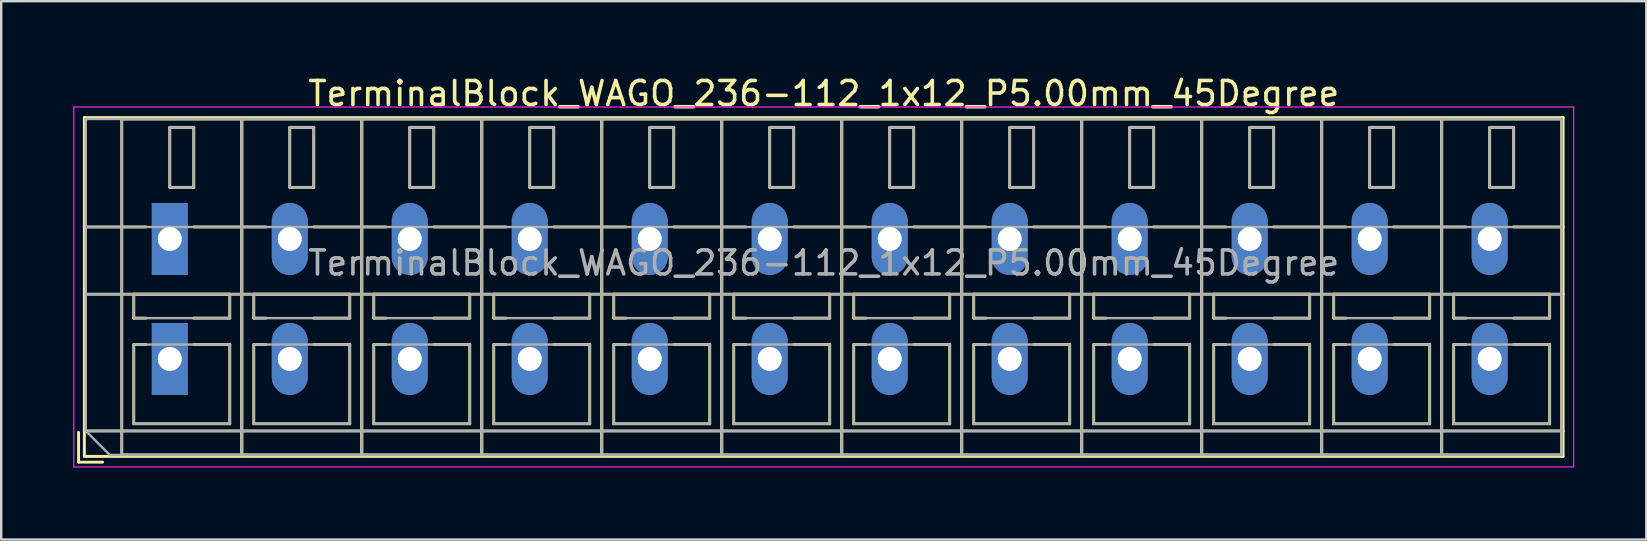
<source format=kicad_pcb>
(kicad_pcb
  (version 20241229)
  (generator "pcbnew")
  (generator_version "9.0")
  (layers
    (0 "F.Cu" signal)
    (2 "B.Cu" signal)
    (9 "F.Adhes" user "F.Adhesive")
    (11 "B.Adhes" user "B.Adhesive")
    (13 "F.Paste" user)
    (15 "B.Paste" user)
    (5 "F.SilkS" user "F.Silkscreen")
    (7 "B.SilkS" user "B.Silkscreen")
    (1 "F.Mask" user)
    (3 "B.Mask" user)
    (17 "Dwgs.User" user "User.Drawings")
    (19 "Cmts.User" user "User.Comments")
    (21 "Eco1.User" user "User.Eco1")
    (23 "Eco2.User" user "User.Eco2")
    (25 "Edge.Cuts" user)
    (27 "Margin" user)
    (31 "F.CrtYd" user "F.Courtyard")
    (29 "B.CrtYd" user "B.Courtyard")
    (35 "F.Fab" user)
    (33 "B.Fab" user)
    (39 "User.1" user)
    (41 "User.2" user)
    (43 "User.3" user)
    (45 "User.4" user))
  (footprint "TerminalBlock_WAGO_236-112_1x12_P5.00mm_45Degree"
    (layer "F.Cu")
    (at 4.025 11.908)
    (property "Reference" "TerminalBlock_WAGO_236-112_1x12_P5.00mm_45Degree" (at 27.25 -11.06 0) (layer "F.SilkS") (effects (font (size 1 1) (thickness 0.15))))
    (attr through_hole)
    (fp_line (start -3.8 3.06) (end -3.8 4.3) (stroke (width 0.12) (type solid)) (layer "F.SilkS"))
    (fp_line (start -3.8 4.3) (end -2.8 4.3) (stroke (width 0.12) (type solid)) (layer "F.SilkS"))
    (fp_line (start -3.56 -10.06) (end -3.56 4.06) (stroke (width 0.12) (type solid)) (layer "F.SilkS"))
    (fp_line (start -3.56 -10.06) (end 58.06 -10.06) (stroke (width 0.12) (type solid)) (layer "F.SilkS"))
    (fp_line (start -3.56 -5.5) (end -0.99 -5.5) (stroke (width 0.12) (type solid)) (layer "F.SilkS"))
    (fp_line (start -3.56 -2.7) (end 58.06 -2.7) (stroke (width 0.12) (type solid)) (layer "F.SilkS"))
    (fp_line (start -3.56 3) (end 58.06 3) (stroke (width 0.12) (type solid)) (layer "F.SilkS"))
    (fp_line (start -3.56 4.06) (end 58.06 4.06) (stroke (width 0.12) (type solid)) (layer "F.SilkS"))
    (fp_line (start -2 -10) (end -2 4) (stroke (width 0.12) (type solid)) (layer "F.SilkS"))
    (fp_line (start -2 -10) (end 3 -10) (stroke (width 0.12) (type solid)) (layer "F.SilkS"))
    (fp_line (start -2 4) (end 3 4) (stroke (width 0.12) (type solid)) (layer "F.SilkS"))
    (fp_line (start -1.5 -2.7) (end -1.5 -1.701) (stroke (width 0.12) (type solid)) (layer "F.SilkS"))
    (fp_line (start -1.5 -2.7) (end 2.5 -2.7) (stroke (width 0.12) (type solid)) (layer "F.SilkS"))
    (fp_line (start -1.5 -1.701) (end -0.99 -1.701) (stroke (width 0.12) (type solid)) (layer "F.SilkS"))
    (fp_line (start -1.5 -0.6) (end -1.5 2.7) (stroke (width 0.12) (type solid)) (layer "F.SilkS"))
    (fp_line (start -1.5 -0.6) (end -0.99 -0.6) (stroke (width 0.12) (type solid)) (layer "F.SilkS"))
    (fp_line (start -1.5 2.7) (end 2.5 2.7) (stroke (width 0.12) (type solid)) (layer "F.SilkS"))
    (fp_line (start 0 -9.65) (end 0 -7.15) (stroke (width 0.12) (type solid)) (layer "F.SilkS"))
    (fp_line (start 0 -9.65) (end 1 -9.65) (stroke (width 0.12) (type solid)) (layer "F.SilkS"))
    (fp_line (start 0 -7.15) (end 1 -7.15) (stroke (width 0.12) (type solid)) (layer "F.SilkS"))
    (fp_line (start 0.99 -5.5) (end 4.01 -5.5) (stroke (width 0.12) (type solid)) (layer "F.SilkS"))
    (fp_line (start 0.99 -1.701) (end 2.5 -1.701) (stroke (width 0.12) (type solid)) (layer "F.SilkS"))
    (fp_line (start 0.99 -0.6) (end 2.5 -0.6) (stroke (width 0.12) (type solid)) (layer "F.SilkS"))
    (fp_line (start 1 -9.65) (end 1 -7.15) (stroke (width 0.12) (type solid)) (layer "F.SilkS"))
    (fp_line (start 2.5 -2.7) (end 2.5 -1.701) (stroke (width 0.12) (type solid)) (layer "F.SilkS"))
    (fp_line (start 2.5 -0.6) (end 2.5 2.7) (stroke (width 0.12) (type solid)) (layer "F.SilkS"))
    (fp_line (start 3 -10) (end 3 4) (stroke (width 0.12) (type solid)) (layer "F.SilkS"))
    (fp_line (start 3 -10) (end 3 4) (stroke (width 0.12) (type solid)) (layer "F.SilkS"))
    (fp_line (start 3 -10) (end 8 -10) (stroke (width 0.12) (type solid)) (layer "F.SilkS"))
    (fp_line (start 3 4) (end 8 4) (stroke (width 0.12) (type solid)) (layer "F.SilkS"))
    (fp_line (start 3.5 -2.7) (end 3.5 -1.701) (stroke (width 0.12) (type solid)) (layer "F.SilkS"))
    (fp_line (start 3.5 -2.7) (end 7.5 -2.7) (stroke (width 0.12) (type solid)) (layer "F.SilkS"))
    (fp_line (start 3.5 -1.701) (end 4.01 -1.701) (stroke (width 0.12) (type solid)) (layer "F.SilkS"))
    (fp_line (start 3.5 -0.6) (end 3.5 2.7) (stroke (width 0.12) (type solid)) (layer "F.SilkS"))
    (fp_line (start 3.5 -0.6) (end 4.01 -0.6) (stroke (width 0.12) (type solid)) (layer "F.SilkS"))
    (fp_line (start 3.5 2.7) (end 7.5 2.7) (stroke (width 0.12) (type solid)) (layer "F.SilkS"))
    (fp_line (start 5 -9.65) (end 5 -7.15) (stroke (width 0.12) (type solid)) (layer "F.SilkS"))
    (fp_line (start 5 -9.65) (end 6 -9.65) (stroke (width 0.12) (type solid)) (layer "F.SilkS"))
    (fp_line (start 5 -7.15) (end 6 -7.15) (stroke (width 0.12) (type solid)) (layer "F.SilkS"))
    (fp_line (start 5.99 -5.5) (end 9.01 -5.5) (stroke (width 0.12) (type solid)) (layer "F.SilkS"))
    (fp_line (start 5.99 -1.701) (end 7.5 -1.701) (stroke (width 0.12) (type solid)) (layer "F.SilkS"))
    (fp_line (start 5.99 -0.6) (end 7.5 -0.6) (stroke (width 0.12) (type solid)) (layer "F.SilkS"))
    (fp_line (start 6 -9.65) (end 6 -7.15) (stroke (width 0.12) (type solid)) (layer "F.SilkS"))
    (fp_line (start 7.5 -2.7) (end 7.5 -1.701) (stroke (width 0.12) (type solid)) (layer "F.SilkS"))
    (fp_line (start 7.5 -0.6) (end 7.5 2.7) (stroke (width 0.12) (type solid)) (layer "F.SilkS"))
    (fp_line (start 8 -10) (end 8 4) (stroke (width 0.12) (type solid)) (layer "F.SilkS"))
    (fp_line (start 8 -10) (end 8 4) (stroke (width 0.12) (type solid)) (layer "F.SilkS"))
    (fp_line (start 8 -10) (end 13 -10) (stroke (width 0.12) (type solid)) (layer "F.SilkS"))
    (fp_line (start 8 4) (end 13 4) (stroke (width 0.12) (type solid)) (layer "F.SilkS"))
    (fp_line (start 8.5 -2.7) (end 8.5 -1.701) (stroke (width 0.12) (type solid)) (layer "F.SilkS"))
    (fp_line (start 8.5 -2.7) (end 12.5 -2.7) (stroke (width 0.12) (type solid)) (layer "F.SilkS"))
    (fp_line (start 8.5 -1.701) (end 9.01 -1.701) (stroke (width 0.12) (type solid)) (layer "F.SilkS"))
    (fp_line (start 8.5 -0.6) (end 8.5 2.7) (stroke (width 0.12) (type solid)) (layer "F.SilkS"))
    (fp_line (start 8.5 -0.6) (end 9.01 -0.6) (stroke (width 0.12) (type solid)) (layer "F.SilkS"))
    (fp_line (start 8.5 2.7) (end 12.5 2.7) (stroke (width 0.12) (type solid)) (layer "F.SilkS"))
    (fp_line (start 10 -9.65) (end 10 -7.15) (stroke (width 0.12) (type solid)) (layer "F.SilkS"))
    (fp_line (start 10 -9.65) (end 11 -9.65) (stroke (width 0.12) (type solid)) (layer "F.SilkS"))
    (fp_line (start 10 -7.15) (end 11 -7.15) (stroke (width 0.12) (type solid)) (layer "F.SilkS"))
    (fp_line (start 10.99 -5.5) (end 14.01 -5.5) (stroke (width 0.12) (type solid)) (layer "F.SilkS"))
    (fp_line (start 10.99 -1.701) (end 12.5 -1.701) (stroke (width 0.12) (type solid)) (layer "F.SilkS"))
    (fp_line (start 10.99 -0.6) (end 12.5 -0.6) (stroke (width 0.12) (type solid)) (layer "F.SilkS"))
    (fp_line (start 11 -9.65) (end 11 -7.15) (stroke (width 0.12) (type solid)) (layer "F.SilkS"))
    (fp_line (start 12.5 -2.7) (end 12.5 -1.701) (stroke (width 0.12) (type solid)) (layer "F.SilkS"))
    (fp_line (start 12.5 -0.6) (end 12.5 2.7) (stroke (width 0.12) (type solid)) (layer "F.SilkS"))
    (fp_line (start 13 -10) (end 13 4) (stroke (width 0.12) (type solid)) (layer "F.SilkS"))
    (fp_line (start 13 -10) (end 13 4) (stroke (width 0.12) (type solid)) (layer "F.SilkS"))
    (fp_line (start 13 -10) (end 18 -10) (stroke (width 0.12) (type solid)) (layer "F.SilkS"))
    (fp_line (start 13 4) (end 18 4) (stroke (width 0.12) (type solid)) (layer "F.SilkS"))
    (fp_line (start 13.5 -2.7) (end 13.5 -1.701) (stroke (width 0.12) (type solid)) (layer "F.SilkS"))
    (fp_line (start 13.5 -2.7) (end 17.5 -2.7) (stroke (width 0.12) (type solid)) (layer "F.SilkS"))
    (fp_line (start 13.5 -1.701) (end 14.01 -1.701) (stroke (width 0.12) (type solid)) (layer "F.SilkS"))
    (fp_line (start 13.5 -0.6) (end 13.5 2.7) (stroke (width 0.12) (type solid)) (layer "F.SilkS"))
    (fp_line (start 13.5 -0.6) (end 14.01 -0.6) (stroke (width 0.12) (type solid)) (layer "F.SilkS"))
    (fp_line (start 13.5 2.7) (end 17.5 2.7) (stroke (width 0.12) (type solid)) (layer "F.SilkS"))
    (fp_line (start 15 -9.65) (end 15 -7.15) (stroke (width 0.12) (type solid)) (layer "F.SilkS"))
    (fp_line (start 15 -9.65) (end 16 -9.65) (stroke (width 0.12) (type solid)) (layer "F.SilkS"))
    (fp_line (start 15 -7.15) (end 16 -7.15) (stroke (width 0.12) (type solid)) (layer "F.SilkS"))
    (fp_line (start 15.99 -5.5) (end 19.01 -5.5) (stroke (width 0.12) (type solid)) (layer "F.SilkS"))
    (fp_line (start 15.99 -1.701) (end 17.5 -1.701) (stroke (width 0.12) (type solid)) (layer "F.SilkS"))
    (fp_line (start 15.99 -0.6) (end 17.5 -0.6) (stroke (width 0.12) (type solid)) (layer "F.SilkS"))
    (fp_line (start 16 -9.65) (end 16 -7.15) (stroke (width 0.12) (type solid)) (layer "F.SilkS"))
    (fp_line (start 17.5 -2.7) (end 17.5 -1.701) (stroke (width 0.12) (type solid)) (layer "F.SilkS"))
    (fp_line (start 17.5 -0.6) (end 17.5 2.7) (stroke (width 0.12) (type solid)) (layer "F.SilkS"))
    (fp_line (start 18 -10) (end 18 4) (stroke (width 0.12) (type solid)) (layer "F.SilkS"))
    (fp_line (start 18 -10) (end 18 4) (stroke (width 0.12) (type solid)) (layer "F.SilkS"))
    (fp_line (start 18 -10) (end 23 -10) (stroke (width 0.12) (type solid)) (layer "F.SilkS"))
    (fp_line (start 18 4) (end 23 4) (stroke (width 0.12) (type solid)) (layer "F.SilkS"))
    (fp_line (start 18.5 -2.7) (end 18.5 -1.701) (stroke (width 0.12) (type solid)) (layer "F.SilkS"))
    (fp_line (start 18.5 -2.7) (end 22.5 -2.7) (stroke (width 0.12) (type solid)) (layer "F.SilkS"))
    (fp_line (start 18.5 -1.701) (end 19.01 -1.701) (stroke (width 0.12) (type solid)) (layer "F.SilkS"))
    (fp_line (start 18.5 -0.6) (end 18.5 2.7) (stroke (width 0.12) (type solid)) (layer "F.SilkS"))
    (fp_line (start 18.5 -0.6) (end 19.01 -0.6) (stroke (width 0.12) (type solid)) (layer "F.SilkS"))
    (fp_line (start 18.5 2.7) (end 22.5 2.7) (stroke (width 0.12) (type solid)) (layer "F.SilkS"))
    (fp_line (start 20 -9.65) (end 20 -7.15) (stroke (width 0.12) (type solid)) (layer "F.SilkS"))
    (fp_line (start 20 -9.65) (end 21 -9.65) (stroke (width 0.12) (type solid)) (layer "F.SilkS"))
    (fp_line (start 20 -7.15) (end 21 -7.15) (stroke (width 0.12) (type solid)) (layer "F.SilkS"))
    (fp_line (start 20.99 -5.5) (end 24.01 -5.5) (stroke (width 0.12) (type solid)) (layer "F.SilkS"))
    (fp_line (start 20.99 -1.701) (end 22.5 -1.701) (stroke (width 0.12) (type solid)) (layer "F.SilkS"))
    (fp_line (start 20.99 -0.6) (end 22.5 -0.6) (stroke (width 0.12) (type solid)) (layer "F.SilkS"))
    (fp_line (start 21 -9.65) (end 21 -7.15) (stroke (width 0.12) (type solid)) (layer "F.SilkS"))
    (fp_line (start 22.5 -2.7) (end 22.5 -1.701) (stroke (width 0.12) (type solid)) (layer "F.SilkS"))
    (fp_line (start 22.5 -0.6) (end 22.5 2.7) (stroke (width 0.12) (type solid)) (layer "F.SilkS"))
    (fp_line (start 23 -10) (end 23 4) (stroke (width 0.12) (type solid)) (layer "F.SilkS"))
    (fp_line (start 23 -10) (end 23 4) (stroke (width 0.12) (type solid)) (layer "F.SilkS"))
    (fp_line (start 23 -10) (end 28 -10) (stroke (width 0.12) (type solid)) (layer "F.SilkS"))
    (fp_line (start 23 4) (end 28 4) (stroke (width 0.12) (type solid)) (layer "F.SilkS"))
    (fp_line (start 23.5 -2.7) (end 23.5 -1.701) (stroke (width 0.12) (type solid)) (layer "F.SilkS"))
    (fp_line (start 23.5 -2.7) (end 27.5 -2.7) (stroke (width 0.12) (type solid)) (layer "F.SilkS"))
    (fp_line (start 23.5 -1.701) (end 24.01 -1.701) (stroke (width 0.12) (type solid)) (layer "F.SilkS"))
    (fp_line (start 23.5 -0.6) (end 23.5 2.7) (stroke (width 0.12) (type solid)) (layer "F.SilkS"))
    (fp_line (start 23.5 -0.6) (end 24.01 -0.6) (stroke (width 0.12) (type solid)) (layer "F.SilkS"))
    (fp_line (start 23.5 2.7) (end 27.5 2.7) (stroke (width 0.12) (type solid)) (layer "F.SilkS"))
    (fp_line (start 25 -9.65) (end 25 -7.15) (stroke (width 0.12) (type solid)) (layer "F.SilkS"))
    (fp_line (start 25 -9.65) (end 26 -9.65) (stroke (width 0.12) (type solid)) (layer "F.SilkS"))
    (fp_line (start 25 -7.15) (end 26 -7.15) (stroke (width 0.12) (type solid)) (layer "F.SilkS"))
    (fp_line (start 25.99 -5.5) (end 29.01 -5.5) (stroke (width 0.12) (type solid)) (layer "F.SilkS"))
    (fp_line (start 25.99 -1.701) (end 27.5 -1.701) (stroke (width 0.12) (type solid)) (layer "F.SilkS"))
    (fp_line (start 25.99 -0.6) (end 27.5 -0.6) (stroke (width 0.12) (type solid)) (layer "F.SilkS"))
    (fp_line (start 26 -9.65) (end 26 -7.15) (stroke (width 0.12) (type solid)) (layer "F.SilkS"))
    (fp_line (start 27.5 -2.7) (end 27.5 -1.701) (stroke (width 0.12) (type solid)) (layer "F.SilkS"))
    (fp_line (start 27.5 -0.6) (end 27.5 2.7) (stroke (width 0.12) (type solid)) (layer "F.SilkS"))
    (fp_line (start 28 -10) (end 28 4) (stroke (width 0.12) (type solid)) (layer "F.SilkS"))
    (fp_line (start 28 -10) (end 28 4) (stroke (width 0.12) (type solid)) (layer "F.SilkS"))
    (fp_line (start 28 -10) (end 33 -10) (stroke (width 0.12) (type solid)) (layer "F.SilkS"))
    (fp_line (start 28 4) (end 33 4) (stroke (width 0.12) (type solid)) (layer "F.SilkS"))
    (fp_line (start 28.5 -2.7) (end 28.5 -1.701) (stroke (width 0.12) (type solid)) (layer "F.SilkS"))
    (fp_line (start 28.5 -2.7) (end 32.5 -2.7) (stroke (width 0.12) (type solid)) (layer "F.SilkS"))
    (fp_line (start 28.5 -1.701) (end 29.01 -1.701) (stroke (width 0.12) (type solid)) (layer "F.SilkS"))
    (fp_line (start 28.5 -0.6) (end 28.5 2.7) (stroke (width 0.12) (type solid)) (layer "F.SilkS"))
    (fp_line (start 28.5 -0.6) (end 29.01 -0.6) (stroke (width 0.12) (type solid)) (layer "F.SilkS"))
    (fp_line (start 28.5 2.7) (end 32.5 2.7) (stroke (width 0.12) (type solid)) (layer "F.SilkS"))
    (fp_line (start 30 -9.65) (end 30 -7.15) (stroke (width 0.12) (type solid)) (layer "F.SilkS"))
    (fp_line (start 30 -9.65) (end 31 -9.65) (stroke (width 0.12) (type solid)) (layer "F.SilkS"))
    (fp_line (start 30 -7.15) (end 31 -7.15) (stroke (width 0.12) (type solid)) (layer "F.SilkS"))
    (fp_line (start 30.99 -5.5) (end 34.01 -5.5) (stroke (width 0.12) (type solid)) (layer "F.SilkS"))
    (fp_line (start 30.99 -1.701) (end 32.5 -1.701) (stroke (width 0.12) (type solid)) (layer "F.SilkS"))
    (fp_line (start 30.99 -0.6) (end 32.5 -0.6) (stroke (width 0.12) (type solid)) (layer "F.SilkS"))
    (fp_line (start 31 -9.65) (end 31 -7.15) (stroke (width 0.12) (type solid)) (layer "F.SilkS"))
    (fp_line (start 32.5 -2.7) (end 32.5 -1.701) (stroke (width 0.12) (type solid)) (layer "F.SilkS"))
    (fp_line (start 32.5 -0.6) (end 32.5 2.7) (stroke (width 0.12) (type solid)) (layer "F.SilkS"))
    (fp_line (start 33 -10) (end 33 4) (stroke (width 0.12) (type solid)) (layer "F.SilkS"))
    (fp_line (start 33 -10) (end 33 4) (stroke (width 0.12) (type solid)) (layer "F.SilkS"))
    (fp_line (start 33 -10) (end 38 -10) (stroke (width 0.12) (type solid)) (layer "F.SilkS"))
    (fp_line (start 33 4) (end 38 4) (stroke (width 0.12) (type solid)) (layer "F.SilkS"))
    (fp_line (start 33.5 -2.7) (end 33.5 -1.701) (stroke (width 0.12) (type solid)) (layer "F.SilkS"))
    (fp_line (start 33.5 -2.7) (end 37.5 -2.7) (stroke (width 0.12) (type solid)) (layer "F.SilkS"))
    (fp_line (start 33.5 -1.701) (end 34.01 -1.701) (stroke (width 0.12) (type solid)) (layer "F.SilkS"))
    (fp_line (start 33.5 -0.6) (end 33.5 2.7) (stroke (width 0.12) (type solid)) (layer "F.SilkS"))
    (fp_line (start 33.5 -0.6) (end 34.01 -0.6) (stroke (width 0.12) (type solid)) (layer "F.SilkS"))
    (fp_line (start 33.5 2.7) (end 37.5 2.7) (stroke (width 0.12) (type solid)) (layer "F.SilkS"))
    (fp_line (start 35 -9.65) (end 35 -7.15) (stroke (width 0.12) (type solid)) (layer "F.SilkS"))
    (fp_line (start 35 -9.65) (end 36 -9.65) (stroke (width 0.12) (type solid)) (layer "F.SilkS"))
    (fp_line (start 35 -7.15) (end 36 -7.15) (stroke (width 0.12) (type solid)) (layer "F.SilkS"))
    (fp_line (start 35.99 -5.5) (end 39.01 -5.5) (stroke (width 0.12) (type solid)) (layer "F.SilkS"))
    (fp_line (start 35.99 -1.701) (end 37.5 -1.701) (stroke (width 0.12) (type solid)) (layer "F.SilkS"))
    (fp_line (start 35.99 -0.6) (end 37.5 -0.6) (stroke (width 0.12) (type solid)) (layer "F.SilkS"))
    (fp_line (start 36 -9.65) (end 36 -7.15) (stroke (width 0.12) (type solid)) (layer "F.SilkS"))
    (fp_line (start 37.5 -2.7) (end 37.5 -1.701) (stroke (width 0.12) (type solid)) (layer "F.SilkS"))
    (fp_line (start 37.5 -0.6) (end 37.5 2.7) (stroke (width 0.12) (type solid)) (layer "F.SilkS"))
    (fp_line (start 38 -10) (end 38 4) (stroke (width 0.12) (type solid)) (layer "F.SilkS"))
    (fp_line (start 38 -10) (end 38 4) (stroke (width 0.12) (type solid)) (layer "F.SilkS"))
    (fp_line (start 38 -10) (end 43 -10) (stroke (width 0.12) (type solid)) (layer "F.SilkS"))
    (fp_line (start 38 4) (end 43 4) (stroke (width 0.12) (type solid)) (layer "F.SilkS"))
    (fp_line (start 38.5 -2.7) (end 38.5 -1.701) (stroke (width 0.12) (type solid)) (layer "F.SilkS"))
    (fp_line (start 38.5 -2.7) (end 42.5 -2.7) (stroke (width 0.12) (type solid)) (layer "F.SilkS"))
    (fp_line (start 38.5 -1.701) (end 39.01 -1.701) (stroke (width 0.12) (type solid)) (layer "F.SilkS"))
    (fp_line (start 38.5 -0.6) (end 38.5 2.7) (stroke (width 0.12) (type solid)) (layer "F.SilkS"))
    (fp_line (start 38.5 -0.6) (end 39.01 -0.6) (stroke (width 0.12) (type solid)) (layer "F.SilkS"))
    (fp_line (start 38.5 2.7) (end 42.5 2.7) (stroke (width 0.12) (type solid)) (layer "F.SilkS"))
    (fp_line (start 40 -9.65) (end 40 -7.15) (stroke (width 0.12) (type solid)) (layer "F.SilkS"))
    (fp_line (start 40 -9.65) (end 41 -9.65) (stroke (width 0.12) (type solid)) (layer "F.SilkS"))
    (fp_line (start 40 -7.15) (end 41 -7.15) (stroke (width 0.12) (type solid)) (layer "F.SilkS"))
    (fp_line (start 40.99 -5.5) (end 44.01 -5.5) (stroke (width 0.12) (type solid)) (layer "F.SilkS"))
    (fp_line (start 40.99 -1.701) (end 42.5 -1.701) (stroke (width 0.12) (type solid)) (layer "F.SilkS"))
    (fp_line (start 40.99 -0.6) (end 42.5 -0.6) (stroke (width 0.12) (type solid)) (layer "F.SilkS"))
    (fp_line (start 41 -9.65) (end 41 -7.15) (stroke (width 0.12) (type solid)) (layer "F.SilkS"))
    (fp_line (start 42.5 -2.7) (end 42.5 -1.701) (stroke (width 0.12) (type solid)) (layer "F.SilkS"))
    (fp_line (start 42.5 -0.6) (end 42.5 2.7) (stroke (width 0.12) (type solid)) (layer "F.SilkS"))
    (fp_line (start 43 -10) (end 43 4) (stroke (width 0.12) (type solid)) (layer "F.SilkS"))
    (fp_line (start 43 -10) (end 43 4) (stroke (width 0.12) (type solid)) (layer "F.SilkS"))
    (fp_line (start 43 -10) (end 48 -10) (stroke (width 0.12) (type solid)) (layer "F.SilkS"))
    (fp_line (start 43 4) (end 48 4) (stroke (width 0.12) (type solid)) (layer "F.SilkS"))
    (fp_line (start 43.5 -2.7) (end 43.5 -1.701) (stroke (width 0.12) (type solid)) (layer "F.SilkS"))
    (fp_line (start 43.5 -2.7) (end 47.5 -2.7) (stroke (width 0.12) (type solid)) (layer "F.SilkS"))
    (fp_line (start 43.5 -1.701) (end 44.01 -1.701) (stroke (width 0.12) (type solid)) (layer "F.SilkS"))
    (fp_line (start 43.5 -0.6) (end 43.5 2.7) (stroke (width 0.12) (type solid)) (layer "F.SilkS"))
    (fp_line (start 43.5 -0.6) (end 44.01 -0.6) (stroke (width 0.12) (type solid)) (layer "F.SilkS"))
    (fp_line (start 43.5 2.7) (end 47.5 2.7) (stroke (width 0.12) (type solid)) (layer "F.SilkS"))
    (fp_line (start 45 -9.65) (end 45 -7.15) (stroke (width 0.12) (type solid)) (layer "F.SilkS"))
    (fp_line (start 45 -9.65) (end 46 -9.65) (stroke (width 0.12) (type solid)) (layer "F.SilkS"))
    (fp_line (start 45 -7.15) (end 46 -7.15) (stroke (width 0.12) (type solid)) (layer "F.SilkS"))
    (fp_line (start 45.99 -5.5) (end 49.01 -5.5) (stroke (width 0.12) (type solid)) (layer "F.SilkS"))
    (fp_line (start 45.99 -1.701) (end 47.5 -1.701) (stroke (width 0.12) (type solid)) (layer "F.SilkS"))
    (fp_line (start 45.99 -0.6) (end 47.5 -0.6) (stroke (width 0.12) (type solid)) (layer "F.SilkS"))
    (fp_line (start 46 -9.65) (end 46 -7.15) (stroke (width 0.12) (type solid)) (layer "F.SilkS"))
    (fp_line (start 47.5 -2.7) (end 47.5 -1.701) (stroke (width 0.12) (type solid)) (layer "F.SilkS"))
    (fp_line (start 47.5 -0.6) (end 47.5 2.7) (stroke (width 0.12) (type solid)) (layer "F.SilkS"))
    (fp_line (start 48 -10) (end 48 4) (stroke (width 0.12) (type solid)) (layer "F.SilkS"))
    (fp_line (start 48 -10) (end 48 4) (stroke (width 0.12) (type solid)) (layer "F.SilkS"))
    (fp_line (start 48 -10) (end 53 -10) (stroke (width 0.12) (type solid)) (layer "F.SilkS"))
    (fp_line (start 48 4) (end 53 4) (stroke (width 0.12) (type solid)) (layer "F.SilkS"))
    (fp_line (start 48.5 -2.7) (end 48.5 -1.701) (stroke (width 0.12) (type solid)) (layer "F.SilkS"))
    (fp_line (start 48.5 -2.7) (end 52.5 -2.7) (stroke (width 0.12) (type solid)) (layer "F.SilkS"))
    (fp_line (start 48.5 -1.701) (end 49.01 -1.701) (stroke (width 0.12) (type solid)) (layer "F.SilkS"))
    (fp_line (start 48.5 -0.6) (end 48.5 2.7) (stroke (width 0.12) (type solid)) (layer "F.SilkS"))
    (fp_line (start 48.5 -0.6) (end 49.01 -0.6) (stroke (width 0.12) (type solid)) (layer "F.SilkS"))
    (fp_line (start 48.5 2.7) (end 52.5 2.7) (stroke (width 0.12) (type solid)) (layer "F.SilkS"))
    (fp_line (start 50 -9.65) (end 50 -7.15) (stroke (width 0.12) (type solid)) (layer "F.SilkS"))
    (fp_line (start 50 -9.65) (end 51 -9.65) (stroke (width 0.12) (type solid)) (layer "F.SilkS"))
    (fp_line (start 50 -7.15) (end 51 -7.15) (stroke (width 0.12) (type solid)) (layer "F.SilkS"))
    (fp_line (start 50.99 -5.5) (end 54.01 -5.5) (stroke (width 0.12) (type solid)) (layer "F.SilkS"))
    (fp_line (start 50.99 -1.701) (end 52.5 -1.701) (stroke (width 0.12) (type solid)) (layer "F.SilkS"))
    (fp_line (start 50.99 -0.6) (end 52.5 -0.6) (stroke (width 0.12) (type solid)) (layer "F.SilkS"))
    (fp_line (start 51 -9.65) (end 51 -7.15) (stroke (width 0.12) (type solid)) (layer "F.SilkS"))
    (fp_line (start 52.5 -2.7) (end 52.5 -1.701) (stroke (width 0.12) (type solid)) (layer "F.SilkS"))
    (fp_line (start 52.5 -0.6) (end 52.5 2.7) (stroke (width 0.12) (type solid)) (layer "F.SilkS"))
    (fp_line (start 53 -10) (end 53 4) (stroke (width 0.12) (type solid)) (layer "F.SilkS"))
    (fp_line (start 53 -10) (end 53 4) (stroke (width 0.12) (type solid)) (layer "F.SilkS"))
    (fp_line (start 53 -10) (end 58 -10) (stroke (width 0.12) (type solid)) (layer "F.SilkS"))
    (fp_line (start 53 4) (end 58 4) (stroke (width 0.12) (type solid)) (layer "F.SilkS"))
    (fp_line (start 53.5 -2.7) (end 53.5 -1.701) (stroke (width 0.12) (type solid)) (layer "F.SilkS"))
    (fp_line (start 53.5 -2.7) (end 57.5 -2.7) (stroke (width 0.12) (type solid)) (layer "F.SilkS"))
    (fp_line (start 53.5 -1.701) (end 54.01 -1.701) (stroke (width 0.12) (type solid)) (layer "F.SilkS"))
    (fp_line (start 53.5 -0.6) (end 53.5 2.7) (stroke (width 0.12) (type solid)) (layer "F.SilkS"))
    (fp_line (start 53.5 -0.6) (end 54.01 -0.6) (stroke (width 0.12) (type solid)) (layer "F.SilkS"))
    (fp_line (start 53.5 2.7) (end 57.5 2.7) (stroke (width 0.12) (type solid)) (layer "F.SilkS"))
    (fp_line (start 55 -9.65) (end 55 -7.15) (stroke (width 0.12) (type solid)) (layer "F.SilkS"))
    (fp_line (start 55 -9.65) (end 56 -9.65) (stroke (width 0.12) (type solid)) (layer "F.SilkS"))
    (fp_line (start 55 -7.15) (end 56 -7.15) (stroke (width 0.12) (type solid)) (layer "F.SilkS"))
    (fp_line (start 55.99 -5.5) (end 58.06 -5.5) (stroke (width 0.12) (type solid)) (layer "F.SilkS"))
    (fp_line (start 55.99 -1.701) (end 57.5 -1.701) (stroke (width 0.12) (type solid)) (layer "F.SilkS"))
    (fp_line (start 55.99 -0.6) (end 57.5 -0.6) (stroke (width 0.12) (type solid)) (layer "F.SilkS"))
    (fp_line (start 56 -9.65) (end 56 -7.15) (stroke (width 0.12) (type solid)) (layer "F.SilkS"))
    (fp_line (start 57.5 -2.7) (end 57.5 -1.701) (stroke (width 0.12) (type solid)) (layer "F.SilkS"))
    (fp_line (start 57.5 -0.6) (end 57.5 2.7) (stroke (width 0.12) (type solid)) (layer "F.SilkS"))
    (fp_line (start 58 -10) (end 58 4) (stroke (width 0.12) (type solid)) (layer "F.SilkS"))
    (fp_line (start 58.06 -10.06) (end 58.06 4.06) (stroke (width 0.12) (type solid)) (layer "F.SilkS"))
    (fp_line (start -4 -10.5) (end -4 4.5) (stroke (width 0.05) (type solid)) (layer "F.CrtYd"))
    (fp_line (start -4 4.5) (end 58.5 4.5) (stroke (width 0.05) (type solid)) (layer "F.CrtYd"))
    (fp_line (start 58.5 -10.5) (end -4 -10.5) (stroke (width 0.05) (type solid)) (layer "F.CrtYd"))
    (fp_line (start 58.5 4.5) (end 58.5 -10.5) (stroke (width 0.05) (type solid)) (layer "F.CrtYd"))
    (fp_line (start -3.5 -10) (end 58 -10) (stroke (width 0.1) (type solid)) (layer "F.Fab"))
    (fp_line (start -3.5 -5.5) (end 58 -5.5) (stroke (width 0.1) (type solid)) (layer "F.Fab"))
    (fp_line (start -3.5 -2.7) (end 58 -2.7) (stroke (width 0.1) (type solid)) (layer "F.Fab"))
    (fp_line (start -3.5 3) (end -3.5 -10) (stroke (width 0.1) (type solid)) (layer "F.Fab"))
    (fp_line (start -3.5 3) (end 58 3) (stroke (width 0.1) (type solid)) (layer "F.Fab"))
    (fp_line (start -2.5 4) (end -3.5 3) (stroke (width 0.1) (type solid)) (layer "F.Fab"))
    (fp_line (start -2 -10) (end -2 4) (stroke (width 0.1) (type solid)) (layer "F.Fab"))
    (fp_line (start -2 4) (end 3 4) (stroke (width 0.1) (type solid)) (layer "F.Fab"))
    (fp_line (start -1.5 -2.7) (end -1.5 -1.7) (stroke (width 0.1) (type solid)) (layer "F.Fab"))
    (fp_line (start -1.5 -1.7) (end 2.5 -1.7) (stroke (width 0.1) (type solid)) (layer "F.Fab"))
    (fp_line (start -1.5 -0.6) (end -1.5 2.7) (stroke (width 0.1) (type solid)) (layer "F.Fab"))
    (fp_line (start -1.5 2.7) (end 2.5 2.7) (stroke (width 0.1) (type solid)) (layer "F.Fab"))
    (fp_line (start 0 -9.65) (end 0 -7.15) (stroke (width 0.1) (type solid)) (layer "F.Fab"))
    (fp_line (start 0 -7.15) (end 1 -7.15) (stroke (width 0.1) (type solid)) (layer "F.Fab"))
    (fp_line (start 1 -9.65) (end 0 -9.65) (stroke (width 0.1) (type solid)) (layer "F.Fab"))
    (fp_line (start 1 -7.15) (end 1 -9.65) (stroke (width 0.1) (type solid)) (layer "F.Fab"))
    (fp_line (start 2.5 -2.7) (end -1.5 -2.7) (stroke (width 0.1) (type solid)) (layer "F.Fab"))
    (fp_line (start 2.5 -1.7) (end 2.5 -2.7) (stroke (width 0.1) (type solid)) (layer "F.Fab"))
    (fp_line (start 2.5 -0.6) (end -1.5 -0.6) (stroke (width 0.1) (type solid)) (layer "F.Fab"))
    (fp_line (start 2.5 2.7) (end 2.5 -0.6) (stroke (width 0.1) (type solid)) (layer "F.Fab"))
    (fp_line (start 3 -10) (end -2 -10) (stroke (width 0.1) (type solid)) (layer "F.Fab"))
    (fp_line (start 3 -10) (end 3 4) (stroke (width 0.1) (type solid)) (layer "F.Fab"))
    (fp_line (start 3 4) (end 3 -10) (stroke (width 0.1) (type solid)) (layer "F.Fab"))
    (fp_line (start 3 4) (end 8 4) (stroke (width 0.1) (type solid)) (layer "F.Fab"))
    (fp_line (start 3.5 -2.7) (end 3.5 -1.7) (stroke (width 0.1) (type solid)) (layer "F.Fab"))
    (fp_line (start 3.5 -1.7) (end 7.5 -1.7) (stroke (width 0.1) (type solid)) (layer "F.Fab"))
    (fp_line (start 3.5 -0.6) (end 3.5 2.7) (stroke (width 0.1) (type solid)) (layer "F.Fab"))
    (fp_line (start 3.5 2.7) (end 7.5 2.7) (stroke (width 0.1) (type solid)) (layer "F.Fab"))
    (fp_line (start 5 -9.65) (end 5 -7.15) (stroke (width 0.1) (type solid)) (layer "F.Fab"))
    (fp_line (start 5 -7.15) (end 6 -7.15) (stroke (width 0.1) (type solid)) (layer "F.Fab"))
    (fp_line (start 6 -9.65) (end 5 -9.65) (stroke (width 0.1) (type solid)) (layer "F.Fab"))
    (fp_line (start 6 -7.15) (end 6 -9.65) (stroke (width 0.1) (type solid)) (layer "F.Fab"))
    (fp_line (start 7.5 -2.7) (end 3.5 -2.7) (stroke (width 0.1) (type solid)) (layer "F.Fab"))
    (fp_line (start 7.5 -1.7) (end 7.5 -2.7) (stroke (width 0.1) (type solid)) (layer "F.Fab"))
    (fp_line (start 7.5 -0.6) (end 3.5 -0.6) (stroke (width 0.1) (type solid)) (layer "F.Fab"))
    (fp_line (start 7.5 2.7) (end 7.5 -0.6) (stroke (width 0.1) (type solid)) (layer "F.Fab"))
    (fp_line (start 8 -10) (end 3 -10) (stroke (width 0.1) (type solid)) (layer "F.Fab"))
    (fp_line (start 8 -10) (end 8 4) (stroke (width 0.1) (type solid)) (layer "F.Fab"))
    (fp_line (start 8 4) (end 8 -10) (stroke (width 0.1) (type solid)) (layer "F.Fab"))
    (fp_line (start 8 4) (end 13 4) (stroke (width 0.1) (type solid)) (layer "F.Fab"))
    (fp_line (start 8.5 -2.7) (end 8.5 -1.7) (stroke (width 0.1) (type solid)) (layer "F.Fab"))
    (fp_line (start 8.5 -1.7) (end 12.5 -1.7) (stroke (width 0.1) (type solid)) (layer "F.Fab"))
    (fp_line (start 8.5 -0.6) (end 8.5 2.7) (stroke (width 0.1) (type solid)) (layer "F.Fab"))
    (fp_line (start 8.5 2.7) (end 12.5 2.7) (stroke (width 0.1) (type solid)) (layer "F.Fab"))
    (fp_line (start 10 -9.65) (end 10 -7.15) (stroke (width 0.1) (type solid)) (layer "F.Fab"))
    (fp_line (start 10 -7.15) (end 11 -7.15) (stroke (width 0.1) (type solid)) (layer "F.Fab"))
    (fp_line (start 11 -9.65) (end 10 -9.65) (stroke (width 0.1) (type solid)) (layer "F.Fab"))
    (fp_line (start 11 -7.15) (end 11 -9.65) (stroke (width 0.1) (type solid)) (layer "F.Fab"))
    (fp_line (start 12.5 -2.7) (end 8.5 -2.7) (stroke (width 0.1) (type solid)) (layer "F.Fab"))
    (fp_line (start 12.5 -1.7) (end 12.5 -2.7) (stroke (width 0.1) (type solid)) (layer "F.Fab"))
    (fp_line (start 12.5 -0.6) (end 8.5 -0.6) (stroke (width 0.1) (type solid)) (layer "F.Fab"))
    (fp_line (start 12.5 2.7) (end 12.5 -0.6) (stroke (width 0.1) (type solid)) (layer "F.Fab"))
    (fp_line (start 13 -10) (end 8 -10) (stroke (width 0.1) (type solid)) (layer "F.Fab"))
    (fp_line (start 13 -10) (end 13 4) (stroke (width 0.1) (type solid)) (layer "F.Fab"))
    (fp_line (start 13 4) (end 13 -10) (stroke (width 0.1) (type solid)) (layer "F.Fab"))
    (fp_line (start 13 4) (end 18 4) (stroke (width 0.1) (type solid)) (layer "F.Fab"))
    (fp_line (start 13.5 -2.7) (end 13.5 -1.7) (stroke (width 0.1) (type solid)) (layer "F.Fab"))
    (fp_line (start 13.5 -1.7) (end 17.5 -1.7) (stroke (width 0.1) (type solid)) (layer "F.Fab"))
    (fp_line (start 13.5 -0.6) (end 13.5 2.7) (stroke (width 0.1) (type solid)) (layer "F.Fab"))
    (fp_line (start 13.5 2.7) (end 17.5 2.7) (stroke (width 0.1) (type solid)) (layer "F.Fab"))
    (fp_line (start 15 -9.65) (end 15 -7.15) (stroke (width 0.1) (type solid)) (layer "F.Fab"))
    (fp_line (start 15 -7.15) (end 16 -7.15) (stroke (width 0.1) (type solid)) (layer "F.Fab"))
    (fp_line (start 16 -9.65) (end 15 -9.65) (stroke (width 0.1) (type solid)) (layer "F.Fab"))
    (fp_line (start 16 -7.15) (end 16 -9.65) (stroke (width 0.1) (type solid)) (layer "F.Fab"))
    (fp_line (start 17.5 -2.7) (end 13.5 -2.7) (stroke (width 0.1) (type solid)) (layer "F.Fab"))
    (fp_line (start 17.5 -1.7) (end 17.5 -2.7) (stroke (width 0.1) (type solid)) (layer "F.Fab"))
    (fp_line (start 17.5 -0.6) (end 13.5 -0.6) (stroke (width 0.1) (type solid)) (layer "F.Fab"))
    (fp_line (start 17.5 2.7) (end 17.5 -0.6) (stroke (width 0.1) (type solid)) (layer "F.Fab"))
    (fp_line (start 18 -10) (end 13 -10) (stroke (width 0.1) (type solid)) (layer "F.Fab"))
    (fp_line (start 18 -10) (end 18 4) (stroke (width 0.1) (type solid)) (layer "F.Fab"))
    (fp_line (start 18 4) (end 18 -10) (stroke (width 0.1) (type solid)) (layer "F.Fab"))
    (fp_line (start 18 4) (end 23 4) (stroke (width 0.1) (type solid)) (layer "F.Fab"))
    (fp_line (start 18.5 -2.7) (end 18.5 -1.7) (stroke (width 0.1) (type solid)) (layer "F.Fab"))
    (fp_line (start 18.5 -1.7) (end 22.5 -1.7) (stroke (width 0.1) (type solid)) (layer "F.Fab"))
    (fp_line (start 18.5 -0.6) (end 18.5 2.7) (stroke (width 0.1) (type solid)) (layer "F.Fab"))
    (fp_line (start 18.5 2.7) (end 22.5 2.7) (stroke (width 0.1) (type solid)) (layer "F.Fab"))
    (fp_line (start 20 -9.65) (end 20 -7.15) (stroke (width 0.1) (type solid)) (layer "F.Fab"))
    (fp_line (start 20 -7.15) (end 21 -7.15) (stroke (width 0.1) (type solid)) (layer "F.Fab"))
    (fp_line (start 21 -9.65) (end 20 -9.65) (stroke (width 0.1) (type solid)) (layer "F.Fab"))
    (fp_line (start 21 -7.15) (end 21 -9.65) (stroke (width 0.1) (type solid)) (layer "F.Fab"))
    (fp_line (start 22.5 -2.7) (end 18.5 -2.7) (stroke (width 0.1) (type solid)) (layer "F.Fab"))
    (fp_line (start 22.5 -1.7) (end 22.5 -2.7) (stroke (width 0.1) (type solid)) (layer "F.Fab"))
    (fp_line (start 22.5 -0.6) (end 18.5 -0.6) (stroke (width 0.1) (type solid)) (layer "F.Fab"))
    (fp_line (start 22.5 2.7) (end 22.5 -0.6) (stroke (width 0.1) (type solid)) (layer "F.Fab"))
    (fp_line (start 23 -10) (end 18 -10) (stroke (width 0.1) (type solid)) (layer "F.Fab"))
    (fp_line (start 23 -10) (end 23 4) (stroke (width 0.1) (type solid)) (layer "F.Fab"))
    (fp_line (start 23 4) (end 23 -10) (stroke (width 0.1) (type solid)) (layer "F.Fab"))
    (fp_line (start 23 4) (end 28 4) (stroke (width 0.1) (type solid)) (layer "F.Fab"))
    (fp_line (start 23.5 -2.7) (end 23.5 -1.7) (stroke (width 0.1) (type solid)) (layer "F.Fab"))
    (fp_line (start 23.5 -1.7) (end 27.5 -1.7) (stroke (width 0.1) (type solid)) (layer "F.Fab"))
    (fp_line (start 23.5 -0.6) (end 23.5 2.7) (stroke (width 0.1) (type solid)) (layer "F.Fab"))
    (fp_line (start 23.5 2.7) (end 27.5 2.7) (stroke (width 0.1) (type solid)) (layer "F.Fab"))
    (fp_line (start 25 -9.65) (end 25 -7.15) (stroke (width 0.1) (type solid)) (layer "F.Fab"))
    (fp_line (start 25 -7.15) (end 26 -7.15) (stroke (width 0.1) (type solid)) (layer "F.Fab"))
    (fp_line (start 26 -9.65) (end 25 -9.65) (stroke (width 0.1) (type solid)) (layer "F.Fab"))
    (fp_line (start 26 -7.15) (end 26 -9.65) (stroke (width 0.1) (type solid)) (layer "F.Fab"))
    (fp_line (start 27.5 -2.7) (end 23.5 -2.7) (stroke (width 0.1) (type solid)) (layer "F.Fab"))
    (fp_line (start 27.5 -1.7) (end 27.5 -2.7) (stroke (width 0.1) (type solid)) (layer "F.Fab"))
    (fp_line (start 27.5 -0.6) (end 23.5 -0.6) (stroke (width 0.1) (type solid)) (layer "F.Fab"))
    (fp_line (start 27.5 2.7) (end 27.5 -0.6) (stroke (width 0.1) (type solid)) (layer "F.Fab"))
    (fp_line (start 28 -10) (end 23 -10) (stroke (width 0.1) (type solid)) (layer "F.Fab"))
    (fp_line (start 28 -10) (end 28 4) (stroke (width 0.1) (type solid)) (layer "F.Fab"))
    (fp_line (start 28 4) (end 28 -10) (stroke (width 0.1) (type solid)) (layer "F.Fab"))
    (fp_line (start 28 4) (end 33 4) (stroke (width 0.1) (type solid)) (layer "F.Fab"))
    (fp_line (start 28.5 -2.7) (end 28.5 -1.7) (stroke (width 0.1) (type solid)) (layer "F.Fab"))
    (fp_line (start 28.5 -1.7) (end 32.5 -1.7) (stroke (width 0.1) (type solid)) (layer "F.Fab"))
    (fp_line (start 28.5 -0.6) (end 28.5 2.7) (stroke (width 0.1) (type solid)) (layer "F.Fab"))
    (fp_line (start 28.5 2.7) (end 32.5 2.7) (stroke (width 0.1) (type solid)) (layer "F.Fab"))
    (fp_line (start 30 -9.65) (end 30 -7.15) (stroke (width 0.1) (type solid)) (layer "F.Fab"))
    (fp_line (start 30 -7.15) (end 31 -7.15) (stroke (width 0.1) (type solid)) (layer "F.Fab"))
    (fp_line (start 31 -9.65) (end 30 -9.65) (stroke (width 0.1) (type solid)) (layer "F.Fab"))
    (fp_line (start 31 -7.15) (end 31 -9.65) (stroke (width 0.1) (type solid)) (layer "F.Fab"))
    (fp_line (start 32.5 -2.7) (end 28.5 -2.7) (stroke (width 0.1) (type solid)) (layer "F.Fab"))
    (fp_line (start 32.5 -1.7) (end 32.5 -2.7) (stroke (width 0.1) (type solid)) (layer "F.Fab"))
    (fp_line (start 32.5 -0.6) (end 28.5 -0.6) (stroke (width 0.1) (type solid)) (layer "F.Fab"))
    (fp_line (start 32.5 2.7) (end 32.5 -0.6) (stroke (width 0.1) (type solid)) (layer "F.Fab"))
    (fp_line (start 33 -10) (end 28 -10) (stroke (width 0.1) (type solid)) (layer "F.Fab"))
    (fp_line (start 33 -10) (end 33 4) (stroke (width 0.1) (type solid)) (layer "F.Fab"))
    (fp_line (start 33 4) (end 33 -10) (stroke (width 0.1) (type solid)) (layer "F.Fab"))
    (fp_line (start 33 4) (end 38 4) (stroke (width 0.1) (type solid)) (layer "F.Fab"))
    (fp_line (start 33.5 -2.7) (end 33.5 -1.7) (stroke (width 0.1) (type solid)) (layer "F.Fab"))
    (fp_line (start 33.5 -1.7) (end 37.5 -1.7) (stroke (width 0.1) (type solid)) (layer "F.Fab"))
    (fp_line (start 33.5 -0.6) (end 33.5 2.7) (stroke (width 0.1) (type solid)) (layer "F.Fab"))
    (fp_line (start 33.5 2.7) (end 37.5 2.7) (stroke (width 0.1) (type solid)) (layer "F.Fab"))
    (fp_line (start 35 -9.65) (end 35 -7.15) (stroke (width 0.1) (type solid)) (layer "F.Fab"))
    (fp_line (start 35 -7.15) (end 36 -7.15) (stroke (width 0.1) (type solid)) (layer "F.Fab"))
    (fp_line (start 36 -9.65) (end 35 -9.65) (stroke (width 0.1) (type solid)) (layer "F.Fab"))
    (fp_line (start 36 -7.15) (end 36 -9.65) (stroke (width 0.1) (type solid)) (layer "F.Fab"))
    (fp_line (start 37.5 -2.7) (end 33.5 -2.7) (stroke (width 0.1) (type solid)) (layer "F.Fab"))
    (fp_line (start 37.5 -1.7) (end 37.5 -2.7) (stroke (width 0.1) (type solid)) (layer "F.Fab"))
    (fp_line (start 37.5 -0.6) (end 33.5 -0.6) (stroke (width 0.1) (type solid)) (layer "F.Fab"))
    (fp_line (start 37.5 2.7) (end 37.5 -0.6) (stroke (width 0.1) (type solid)) (layer "F.Fab"))
    (fp_line (start 38 -10) (end 33 -10) (stroke (width 0.1) (type solid)) (layer "F.Fab"))
    (fp_line (start 38 -10) (end 38 4) (stroke (width 0.1) (type solid)) (layer "F.Fab"))
    (fp_line (start 38 4) (end 38 -10) (stroke (width 0.1) (type solid)) (layer "F.Fab"))
    (fp_line (start 38 4) (end 43 4) (stroke (width 0.1) (type solid)) (layer "F.Fab"))
    (fp_line (start 38.5 -2.7) (end 38.5 -1.7) (stroke (width 0.1) (type solid)) (layer "F.Fab"))
    (fp_line (start 38.5 -1.7) (end 42.5 -1.7) (stroke (width 0.1) (type solid)) (layer "F.Fab"))
    (fp_line (start 38.5 -0.6) (end 38.5 2.7) (stroke (width 0.1) (type solid)) (layer "F.Fab"))
    (fp_line (start 38.5 2.7) (end 42.5 2.7) (stroke (width 0.1) (type solid)) (layer "F.Fab"))
    (fp_line (start 40 -9.65) (end 40 -7.15) (stroke (width 0.1) (type solid)) (layer "F.Fab"))
    (fp_line (start 40 -7.15) (end 41 -7.15) (stroke (width 0.1) (type solid)) (layer "F.Fab"))
    (fp_line (start 41 -9.65) (end 40 -9.65) (stroke (width 0.1) (type solid)) (layer "F.Fab"))
    (fp_line (start 41 -7.15) (end 41 -9.65) (stroke (width 0.1) (type solid)) (layer "F.Fab"))
    (fp_line (start 42.5 -2.7) (end 38.5 -2.7) (stroke (width 0.1) (type solid)) (layer "F.Fab"))
    (fp_line (start 42.5 -1.7) (end 42.5 -2.7) (stroke (width 0.1) (type solid)) (layer "F.Fab"))
    (fp_line (start 42.5 -0.6) (end 38.5 -0.6) (stroke (width 0.1) (type solid)) (layer "F.Fab"))
    (fp_line (start 42.5 2.7) (end 42.5 -0.6) (stroke (width 0.1) (type solid)) (layer "F.Fab"))
    (fp_line (start 43 -10) (end 38 -10) (stroke (width 0.1) (type solid)) (layer "F.Fab"))
    (fp_line (start 43 -10) (end 43 4) (stroke (width 0.1) (type solid)) (layer "F.Fab"))
    (fp_line (start 43 4) (end 43 -10) (stroke (width 0.1) (type solid)) (layer "F.Fab"))
    (fp_line (start 43 4) (end 48 4) (stroke (width 0.1) (type solid)) (layer "F.Fab"))
    (fp_line (start 43.5 -2.7) (end 43.5 -1.7) (stroke (width 0.1) (type solid)) (layer "F.Fab"))
    (fp_line (start 43.5 -1.7) (end 47.5 -1.7) (stroke (width 0.1) (type solid)) (layer "F.Fab"))
    (fp_line (start 43.5 -0.6) (end 43.5 2.7) (stroke (width 0.1) (type solid)) (layer "F.Fab"))
    (fp_line (start 43.5 2.7) (end 47.5 2.7) (stroke (width 0.1) (type solid)) (layer "F.Fab"))
    (fp_line (start 45 -9.65) (end 45 -7.15) (stroke (width 0.1) (type solid)) (layer "F.Fab"))
    (fp_line (start 45 -7.15) (end 46 -7.15) (stroke (width 0.1) (type solid)) (layer "F.Fab"))
    (fp_line (start 46 -9.65) (end 45 -9.65) (stroke (width 0.1) (type solid)) (layer "F.Fab"))
    (fp_line (start 46 -7.15) (end 46 -9.65) (stroke (width 0.1) (type solid)) (layer "F.Fab"))
    (fp_line (start 47.5 -2.7) (end 43.5 -2.7) (stroke (width 0.1) (type solid)) (layer "F.Fab"))
    (fp_line (start 47.5 -1.7) (end 47.5 -2.7) (stroke (width 0.1) (type solid)) (layer "F.Fab"))
    (fp_line (start 47.5 -0.6) (end 43.5 -0.6) (stroke (width 0.1) (type solid)) (layer "F.Fab"))
    (fp_line (start 47.5 2.7) (end 47.5 -0.6) (stroke (width 0.1) (type solid)) (layer "F.Fab"))
    (fp_line (start 48 -10) (end 43 -10) (stroke (width 0.1) (type solid)) (layer "F.Fab"))
    (fp_line (start 48 -10) (end 48 4) (stroke (width 0.1) (type solid)) (layer "F.Fab"))
    (fp_line (start 48 4) (end 48 -10) (stroke (width 0.1) (type solid)) (layer "F.Fab"))
    (fp_line (start 48 4) (end 53 4) (stroke (width 0.1) (type solid)) (layer "F.Fab"))
    (fp_line (start 48.5 -2.7) (end 48.5 -1.7) (stroke (width 0.1) (type solid)) (layer "F.Fab"))
    (fp_line (start 48.5 -1.7) (end 52.5 -1.7) (stroke (width 0.1) (type solid)) (layer "F.Fab"))
    (fp_line (start 48.5 -0.6) (end 48.5 2.7) (stroke (width 0.1) (type solid)) (layer "F.Fab"))
    (fp_line (start 48.5 2.7) (end 52.5 2.7) (stroke (width 0.1) (type solid)) (layer "F.Fab"))
    (fp_line (start 50 -9.65) (end 50 -7.15) (stroke (width 0.1) (type solid)) (layer "F.Fab"))
    (fp_line (start 50 -7.15) (end 51 -7.15) (stroke (width 0.1) (type solid)) (layer "F.Fab"))
    (fp_line (start 51 -9.65) (end 50 -9.65) (stroke (width 0.1) (type solid)) (layer "F.Fab"))
    (fp_line (start 51 -7.15) (end 51 -9.65) (stroke (width 0.1) (type solid)) (layer "F.Fab"))
    (fp_line (start 52.5 -2.7) (end 48.5 -2.7) (stroke (width 0.1) (type solid)) (layer "F.Fab"))
    (fp_line (start 52.5 -1.7) (end 52.5 -2.7) (stroke (width 0.1) (type solid)) (layer "F.Fab"))
    (fp_line (start 52.5 -0.6) (end 48.5 -0.6) (stroke (width 0.1) (type solid)) (layer "F.Fab"))
    (fp_line (start 52.5 2.7) (end 52.5 -0.6) (stroke (width 0.1) (type solid)) (layer "F.Fab"))
    (fp_line (start 53 -10) (end 48 -10) (stroke (width 0.1) (type solid)) (layer "F.Fab"))
    (fp_line (start 53 -10) (end 53 4) (stroke (width 0.1) (type solid)) (layer "F.Fab"))
    (fp_line (start 53 4) (end 53 -10) (stroke (width 0.1) (type solid)) (layer "F.Fab"))
    (fp_line (start 53 4) (end 58 4) (stroke (width 0.1) (type solid)) (layer "F.Fab"))
    (fp_line (start 53.5 -2.7) (end 53.5 -1.7) (stroke (width 0.1) (type solid)) (layer "F.Fab"))
    (fp_line (start 53.5 -1.7) (end 57.5 -1.7) (stroke (width 0.1) (type solid)) (layer "F.Fab"))
    (fp_line (start 53.5 -0.6) (end 53.5 2.7) (stroke (width 0.1) (type solid)) (layer "F.Fab"))
    (fp_line (start 53.5 2.7) (end 57.5 2.7) (stroke (width 0.1) (type solid)) (layer "F.Fab"))
    (fp_line (start 55 -9.65) (end 55 -7.15) (stroke (width 0.1) (type solid)) (layer "F.Fab"))
    (fp_line (start 55 -7.15) (end 56 -7.15) (stroke (width 0.1) (type solid)) (layer "F.Fab"))
    (fp_line (start 56 -9.65) (end 55 -9.65) (stroke (width 0.1) (type solid)) (layer "F.Fab"))
    (fp_line (start 56 -7.15) (end 56 -9.65) (stroke (width 0.1) (type solid)) (layer "F.Fab"))
    (fp_line (start 57.5 -2.7) (end 53.5 -2.7) (stroke (width 0.1) (type solid)) (layer "F.Fab"))
    (fp_line (start 57.5 -1.7) (end 57.5 -2.7) (stroke (width 0.1) (type solid)) (layer "F.Fab"))
    (fp_line (start 57.5 -0.6) (end 53.5 -0.6) (stroke (width 0.1) (type solid)) (layer "F.Fab"))
    (fp_line (start 57.5 2.7) (end 57.5 -0.6) (stroke (width 0.1) (type solid)) (layer "F.Fab"))
    (fp_line (start 58 -10) (end 53 -10) (stroke (width 0.1) (type solid)) (layer "F.Fab"))
    (fp_line (start 58 -10) (end 58 4) (stroke (width 0.1) (type solid)) (layer "F.Fab"))
    (fp_line (start 58 4) (end -2.5 4) (stroke (width 0.1) (type solid)) (layer "F.Fab"))
    (fp_line (start 58 4) (end 58 -10) (stroke (width 0.1) (type solid)) (layer "F.Fab"))
    (fp_text user "${REFERENCE}" (at 27.25 -4 0) (layer "F.Fab") (effects (font (size 1 1) (thickness 0.15))))
    (pad "1" thru_hole rect (at 0 -5) (size 1.5 3) (drill 1) (layers "*.Cu" "*.Mask"))
    (pad "1" thru_hole rect (at 0 0) (size 1.5 3) (drill 1) (layers "*.Cu" "*.Mask"))
    (pad "2" thru_hole oval (at 5 -5) (size 1.5 3) (drill 1) (layers "*.Cu" "*.Mask"))
    (pad "2" thru_hole oval (at 5 0) (size 1.5 3) (drill 1) (layers "*.Cu" "*.Mask"))
    (pad "3" thru_hole oval (at 10 -5) (size 1.5 3) (drill 1) (layers "*.Cu" "*.Mask"))
    (pad "3" thru_hole oval (at 10 0) (size 1.5 3) (drill 1) (layers "*.Cu" "*.Mask"))
    (pad "4" thru_hole oval (at 15 -5) (size 1.5 3) (drill 1) (layers "*.Cu" "*.Mask"))
    (pad "4" thru_hole oval (at 15 0) (size 1.5 3) (drill 1) (layers "*.Cu" "*.Mask"))
    (pad "5" thru_hole oval (at 20 -5) (size 1.5 3) (drill 1) (layers "*.Cu" "*.Mask"))
    (pad "5" thru_hole oval (at 20 0) (size 1.5 3) (drill 1) (layers "*.Cu" "*.Mask"))
    (pad "6" thru_hole oval (at 25 -5) (size 1.5 3) (drill 1) (layers "*.Cu" "*.Mask"))
    (pad "6" thru_hole oval (at 25 0) (size 1.5 3) (drill 1) (layers "*.Cu" "*.Mask"))
    (pad "7" thru_hole oval (at 30 -5) (size 1.5 3) (drill 1) (layers "*.Cu" "*.Mask"))
    (pad "7" thru_hole oval (at 30 0) (size 1.5 3) (drill 1) (layers "*.Cu" "*.Mask"))
    (pad "8" thru_hole oval (at 35 -5) (size 1.5 3) (drill 1) (layers "*.Cu" "*.Mask"))
    (pad "8" thru_hole oval (at 35 0) (size 1.5 3) (drill 1) (layers "*.Cu" "*.Mask"))
    (pad "9" thru_hole oval (at 40 -5) (size 1.5 3) (drill 1) (layers "*.Cu" "*.Mask"))
    (pad "9" thru_hole oval (at 40 0) (size 1.5 3) (drill 1) (layers "*.Cu" "*.Mask"))
    (pad "10" thru_hole oval (at 45 -5) (size 1.5 3) (drill 1) (layers "*.Cu" "*.Mask"))
    (pad "10" thru_hole oval (at 45 0) (size 1.5 3) (drill 1) (layers "*.Cu" "*.Mask"))
    (pad "11" thru_hole oval (at 50 -5) (size 1.5 3) (drill 1) (layers "*.Cu" "*.Mask"))
    (pad "11" thru_hole oval (at 50 0) (size 1.5 3) (drill 1) (layers "*.Cu" "*.Mask"))
    (pad "12" thru_hole oval (at 55 -5) (size 1.5 3) (drill 1) (layers "*.Cu" "*.Mask"))
    (pad "12" thru_hole oval (at 55 0) (size 1.5 3) (drill 1) (layers "*.Cu" "*.Mask")))
  (gr_rect
    (start -3 -3)
    (end 65.55 19.433)
    (stroke (width 0.1) (type default))
    (fill no)
    (layer "Edge.Cuts")))
</source>
